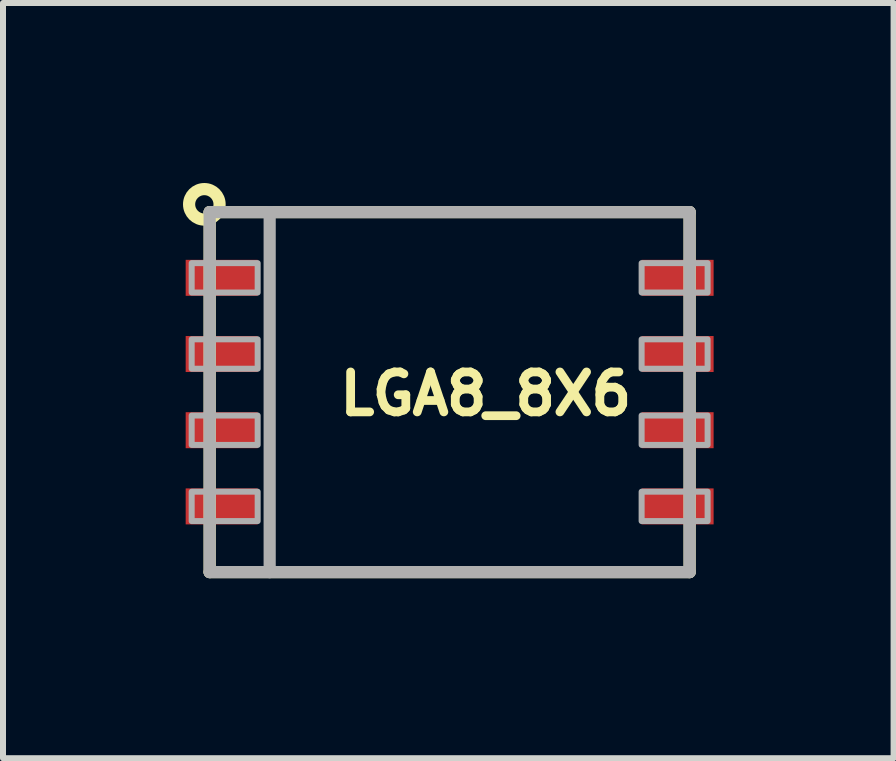
<source format=kicad_pcb>
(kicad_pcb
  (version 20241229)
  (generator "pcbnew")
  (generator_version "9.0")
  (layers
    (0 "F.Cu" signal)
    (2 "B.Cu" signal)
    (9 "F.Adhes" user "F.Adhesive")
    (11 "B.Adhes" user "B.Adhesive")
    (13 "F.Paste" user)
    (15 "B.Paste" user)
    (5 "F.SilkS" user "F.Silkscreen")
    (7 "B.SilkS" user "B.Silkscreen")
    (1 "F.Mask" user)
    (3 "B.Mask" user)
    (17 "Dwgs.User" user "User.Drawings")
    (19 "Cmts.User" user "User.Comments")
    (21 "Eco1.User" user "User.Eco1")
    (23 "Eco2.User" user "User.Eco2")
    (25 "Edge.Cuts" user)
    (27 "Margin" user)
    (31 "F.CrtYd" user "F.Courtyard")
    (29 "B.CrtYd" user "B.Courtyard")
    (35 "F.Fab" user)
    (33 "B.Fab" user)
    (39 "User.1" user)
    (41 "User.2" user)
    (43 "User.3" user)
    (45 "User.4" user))
  (footprint "LGA8_8X6"
    (layer "F.Cu")
    (at 4.445 3.486)
    (property "Reference" "LGA8_8X6" (at -1.905 0.419 0) (layer "F.SilkS") (effects (font (size 0.666 0.666) (thickness 0.146)) (justify left bottom)))
    (fp_line (start -4 -3) (end 4 -3) (stroke (width 0.203) (type solid)) (layer "F.SilkS"))
    (fp_line (start -4 3) (end -4 -3) (stroke (width 0.203) (type solid)) (layer "F.SilkS"))
    (fp_line (start 4 3) (end -4 3) (stroke (width 0.203) (type solid)) (layer "F.SilkS"))
    (fp_line (start 4 3) (end 4 -3) (stroke (width 0.203) (type solid)) (layer "F.SilkS"))
    (fp_circle (center -4.089 -3.13) (end -3.835 -3.13) (stroke (width 0.203) (type solid)) (fill no) (layer "F.SilkS"))
    (fp_line (start -4 -3) (end -3 -3) (stroke (width 0.203) (type solid)) (layer "F.Fab"))
    (fp_line (start -4 3) (end -4 -3) (stroke (width 0.203) (type solid)) (layer "F.Fab"))
    (fp_line (start -3 -3) (end 4 -3) (stroke (width 0.203) (type solid)) (layer "F.Fab"))
    (fp_line (start -3 3) (end -4 3) (stroke (width 0.203) (type solid)) (layer "F.Fab"))
    (fp_line (start -3 3) (end -3 -3) (stroke (width 0.203) (type solid)) (layer "F.Fab"))
    (fp_line (start 4 -3) (end 4 3) (stroke (width 0.203) (type solid)) (layer "F.Fab"))
    (fp_line (start 4 3) (end -3 3) (stroke (width 0.203) (type solid)) (layer "F.Fab"))
    (fp_poly (pts (xy -4.3 -2.15) (xy -4.3 -1.66) (xy -3.2 -1.66) (xy -3.2 -2.15)) (stroke (width 0.1) (type solid)) (fill no) (layer "F.Fab"))
    (fp_poly (pts (xy -4.3 -0.88) (xy -4.3 -0.39) (xy -3.2 -0.39) (xy -3.2 -0.88)) (stroke (width 0.1) (type solid)) (fill no) (layer "F.Fab"))
    (fp_poly (pts (xy -4.3 0.39) (xy -4.3 0.88) (xy -3.2 0.88) (xy -3.2 0.39)) (stroke (width 0.1) (type solid)) (fill no) (layer "F.Fab"))
    (fp_poly (pts (xy -4.3 1.66) (xy -4.3 2.15) (xy -3.2 2.15) (xy -3.2 1.66)) (stroke (width 0.1) (type solid)) (fill no) (layer "F.Fab"))
    (fp_poly (pts (xy 3.2 -2.15) (xy 3.2 -1.66) (xy 4.3 -1.66) (xy 4.3 -2.15)) (stroke (width 0.1) (type solid)) (fill no) (layer "F.Fab"))
    (fp_poly (pts (xy 3.2 -0.88) (xy 3.2 -0.39) (xy 4.3 -0.39) (xy 4.3 -0.88)) (stroke (width 0.1) (type solid)) (fill no) (layer "F.Fab"))
    (fp_poly (pts (xy 3.2 0.39) (xy 3.2 0.88) (xy 4.3 0.88) (xy 4.3 0.39)) (stroke (width 0.1) (type solid)) (fill no) (layer "F.Fab"))
    (fp_poly (pts (xy 3.2 1.66) (xy 3.2 2.15) (xy 4.3 2.15) (xy 4.3 1.66)) (stroke (width 0.1) (type solid)) (fill no) (layer "F.Fab"))
    (pad "1" smd rect (at -3.8 -1.905 270) (size 0.6 1.2) (layers "F.Cu" "F.Mask" "F.Paste"))
    (pad "2" smd rect (at -3.8 -0.635 270) (size 0.6 1.2) (layers "F.Cu" "F.Mask" "F.Paste"))
    (pad "3" smd rect (at -3.8 0.635 270) (size 0.6 1.2) (layers "F.Cu" "F.Mask" "F.Paste"))
    (pad "4" smd rect (at -3.8 1.905 270) (size 0.6 1.2) (layers "F.Cu" "F.Mask" "F.Paste"))
    (pad "5" smd rect (at 3.8 1.905 270) (size 0.6 1.2) (layers "F.Cu" "F.Mask" "F.Paste"))
    (pad "6" smd rect (at 3.8 0.635 270) (size 0.6 1.2) (layers "F.Cu" "F.Mask" "F.Paste"))
    (pad "7" smd rect (at 3.8 -0.635 270) (size 0.6 1.2) (layers "F.Cu" "F.Mask" "F.Paste"))
    (pad "8" smd rect (at 3.8 -1.905 270) (size 0.6 1.2) (layers "F.Cu" "F.Mask" "F.Paste")))
  (gr_rect
    (start -3 -3)
    (end 11.845 9.588)
    (stroke (width 0.1) (type default))
    (fill no)
    (layer "Edge.Cuts")))
</source>
